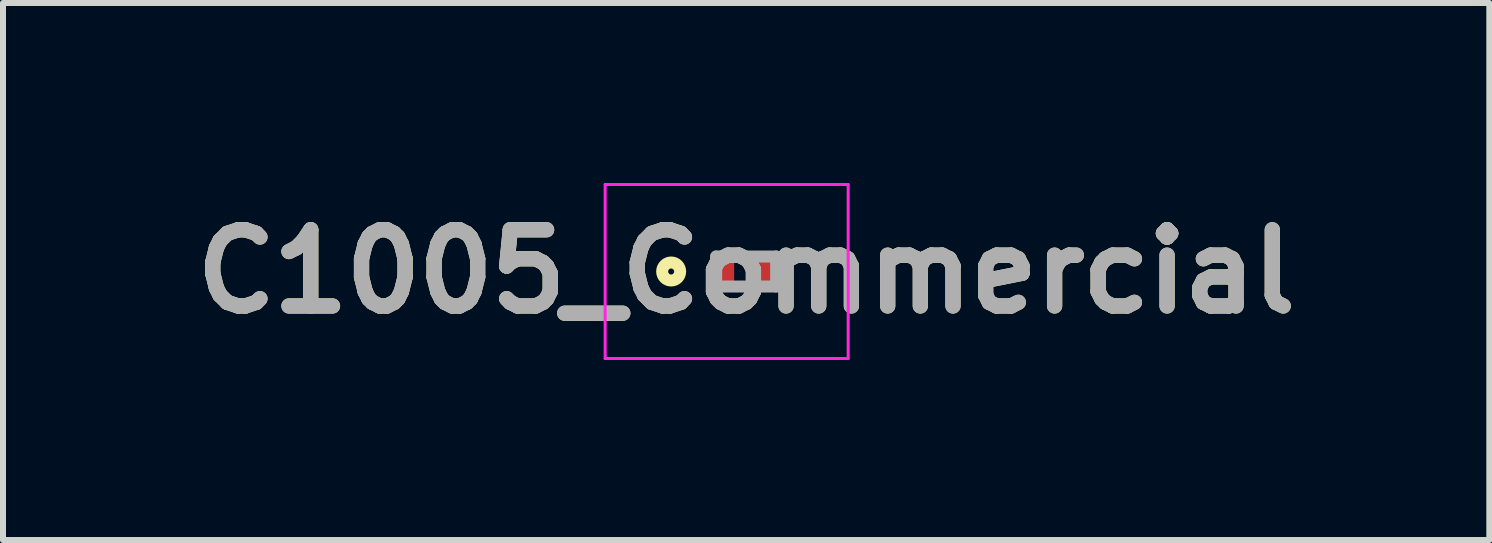
<source format=kicad_pcb>
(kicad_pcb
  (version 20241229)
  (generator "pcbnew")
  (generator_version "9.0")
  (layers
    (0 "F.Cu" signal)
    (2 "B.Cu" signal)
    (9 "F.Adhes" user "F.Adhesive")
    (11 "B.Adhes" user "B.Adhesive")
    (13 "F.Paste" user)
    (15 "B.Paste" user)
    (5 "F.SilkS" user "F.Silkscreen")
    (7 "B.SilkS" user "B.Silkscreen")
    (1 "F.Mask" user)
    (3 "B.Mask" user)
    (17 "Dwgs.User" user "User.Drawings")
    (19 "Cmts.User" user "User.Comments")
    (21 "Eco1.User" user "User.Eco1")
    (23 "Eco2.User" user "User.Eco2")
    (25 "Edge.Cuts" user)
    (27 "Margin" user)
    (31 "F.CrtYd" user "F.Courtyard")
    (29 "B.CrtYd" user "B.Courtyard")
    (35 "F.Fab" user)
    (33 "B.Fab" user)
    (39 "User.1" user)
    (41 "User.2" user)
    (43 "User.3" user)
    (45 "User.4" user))
  (footprint "C1005_Commercial"
    (layer "F.Cu")
    (at 9.386 1.475)
    (property "Reference" "C1005_Commercial" (at 0 0 0) (layer "F.SilkS") (effects (font (size 1.27 1.27) (thickness 0.254))))
    (attr smd)
    (fp_circle (center -1.25 0) (end -1.25 0.05) (stroke (width 0.2) (type solid)) (fill no) (layer "F.SilkS"))
    (fp_line (start -2.35 -1.45) (end 1.7 -1.45) (stroke (width 0.05) (type solid)) (layer "F.CrtYd"))
    (fp_line (start -2.35 1.45) (end -2.35 -1.45) (stroke (width 0.05) (type solid)) (layer "F.CrtYd"))
    (fp_line (start 1.7 -1.45) (end 1.7 1.45) (stroke (width 0.05) (type solid)) (layer "F.CrtYd"))
    (fp_line (start 1.7 1.45) (end -2.35 1.45) (stroke (width 0.05) (type solid)) (layer "F.CrtYd"))
    (fp_line (start -0.5 -0.25) (end 0.5 -0.25) (stroke (width 0.2) (type solid)) (layer "F.Fab"))
    (fp_line (start -0.5 0.25) (end -0.5 -0.25) (stroke (width 0.2) (type solid)) (layer "F.Fab"))
    (fp_line (start 0.5 -0.25) (end 0.5 0.25) (stroke (width 0.2) (type solid)) (layer "F.Fab"))
    (fp_line (start 0.5 0.25) (end -0.5 0.25) (stroke (width 0.2) (type solid)) (layer "F.Fab"))
    (fp_text user "${REFERENCE}" (at 0 0 0) (layer "F.Fab") (effects (font (size 1.27 1.27) (thickness 0.254))))
    (pad "1" smd rect (at -0.4 0) (size 0.4 0.5) (layers "F.Cu" "F.Mask" "F.Paste"))
    (pad "2" smd rect (at 0.4 0) (size 0.4 0.5) (layers "F.Cu" "F.Mask" "F.Paste")))
  (gr_rect
    (start -3 -3)
    (end 21.772 5.95)
    (stroke (width 0.1) (type default))
    (fill no)
    (layer "Edge.Cuts")))
</source>
